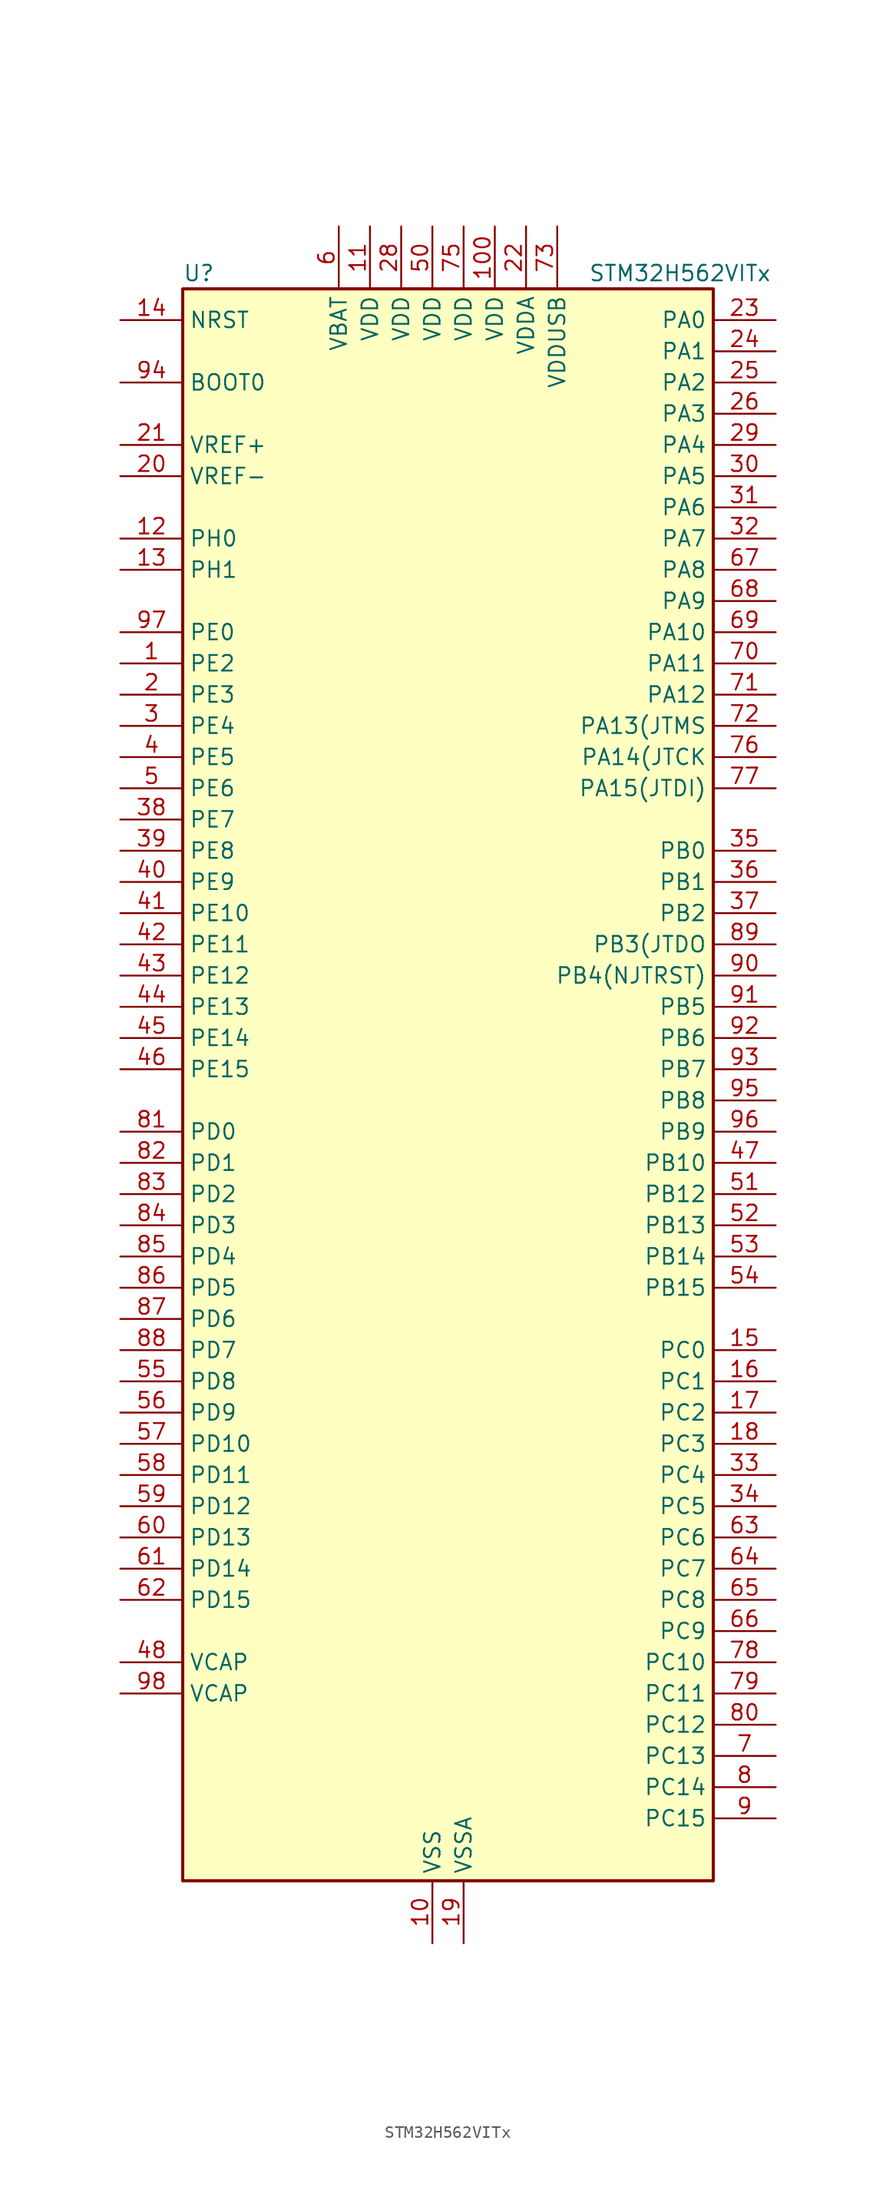
<source format=kicad_sym>
(kicad_symbol_lib
  (version 20231120)
  (generator "kicad_symbol_editor")
  (generator_version "8.0")
  (symbol "STM32H562VITx"
    (property "Reference" "U"
      (at -20.32 67.31 0)
      (effects (font (size 1.27 1.27)) (justify left)))
    (property "Value" "STM32H562VITx"
      (at 12.7 67.31 0)
      (effects (font (size 1.27 1.27)) (justify left)))
    (property "ki_locked" ""
      (at 0 0 0)
      (effects (font (size 1.27 1.27))))
    (symbol "STM32H562VITx_0_1"
      (rectangle (start -20.32 -63.5) (end 22.86 66.04) (stroke (width 0.254) (type default)) (fill (type background))))
    (symbol "STM32H562VITx_1_1"
      (pin bidirectional line (at -25.4 35.56 0) (length 5.08) (name "PE2" (effects (font (size 1.27 1.27)))) (number "1" (effects (font (size 1.27 1.27)))) (alternate "DCMI_D3" bidirectional line) (alternate "DEBUG_TRACECLK" bidirectional line) (alternate "FMC_A23" bidirectional line) (alternate "LPTIM1_IN2" bidirectional line) (alternate "OCTOSPI1_IO2" bidirectional line) (alternate "PSSI_D3" bidirectional line) (alternate "SAI1_CK1" bidirectional line) (alternate "SAI1_MCLK_A" bidirectional line) (alternate "SPI4_SCK" bidirectional line) (alternate "UART8_TX" bidirectional line) (alternate "USART10_RX" bidirectional line))
      (pin power_in line (at 0 -68.58 90) (length 5.08) (name "VSS" (effects (font (size 1.27 1.27)))) (number "10" (effects (font (size 1.27 1.27)))))
      (pin power_in line (at 5.08 71.12 270) (length 5.08) (name "VDD" (effects (font (size 1.27 1.27)))) (number "100" (effects (font (size 1.27 1.27)))))
      (pin power_in line (at -5.08 71.12 270) (length 5.08) (name "VDD" (effects (font (size 1.27 1.27)))) (number "11" (effects (font (size 1.27 1.27)))))
      (pin bidirectional line (at -25.4 45.72 0) (length 5.08) (name "PH0" (effects (font (size 1.27 1.27)))) (number "12" (effects (font (size 1.27 1.27)))) (alternate "RCC_OSC_IN" bidirectional line))
      (pin bidirectional line (at -25.4 43.18 0) (length 5.08) (name "PH1" (effects (font (size 1.27 1.27)))) (number "13" (effects (font (size 1.27 1.27)))) (alternate "RCC_OSC_OUT" bidirectional line))
      (pin input line (at -25.4 63.5 0) (length 5.08) (name "NRST" (effects (font (size 1.27 1.27)))) (number "14" (effects (font (size 1.27 1.27)))))
      (pin bidirectional line (at 27.94 -20.32 180) (length 5.08) (name "PC0" (effects (font (size 1.27 1.27)))) (number "15" (effects (font (size 1.27 1.27)))) (alternate "ADC1_INP10" bidirectional line) (alternate "ADC2_INP10" bidirectional line) (alternate "FMC_A25" bidirectional line) (alternate "FMC_SDNWE" bidirectional line) (alternate "OCTOSPI1_IO7" bidirectional line) (alternate "SAI1_MCLK_A" bidirectional line) (alternate "SAI2_FS_B" bidirectional line) (alternate "SPI2_RDY" bidirectional line) (alternate "TIM16_BKIN" bidirectional line))
      (pin bidirectional line (at 27.94 -22.86 180) (length 5.08) (name "PC1" (effects (font (size 1.27 1.27)))) (number "16" (effects (font (size 1.27 1.27)))) (alternate "ADC1_INN10" bidirectional line) (alternate "ADC1_INP11" bidirectional line) (alternate "ADC2_INN10" bidirectional line) (alternate "ADC2_INP11" bidirectional line) (alternate "DEBUG_TRACED0" bidirectional line) (alternate "I2S2_SDO" bidirectional line) (alternate "OCTOSPI1_IO4" bidirectional line) (alternate "PWR_WKUP6" bidirectional line) (alternate "SAI1_D1" bidirectional line) (alternate "SAI1_SD_A" bidirectional line) (alternate "SAI2_SD_A" bidirectional line) (alternate "SPI2_MOSI" bidirectional line) (alternate "TAMP_IN3" bidirectional line) (alternate "TAMP_OUT5" bidirectional line) (alternate "USART11_RTS" bidirectional line))
      (pin bidirectional line (at 27.94 -25.4 180) (length 5.08) (name "PC2" (effects (font (size 1.27 1.27)))) (number "17" (effects (font (size 1.27 1.27)))) (alternate "ADC1_INN11" bidirectional line) (alternate "ADC1_INP12" bidirectional line) (alternate "ADC2_INN11" bidirectional line) (alternate "ADC2_INP12" bidirectional line) (alternate "FMC_SDNE0" bidirectional line) (alternate "I2S2_SDI" bidirectional line) (alternate "OCTOSPI1_IO2" bidirectional line) (alternate "OCTOSPI1_IO5" bidirectional line) (alternate "PWR_CSLEEP" bidirectional line) (alternate "SPI2_MISO" bidirectional line) (alternate "TIM17_CH1" bidirectional line) (alternate "TIM4_CH4" bidirectional line))
      (pin bidirectional line (at 27.94 -27.94 180) (length 5.08) (name "PC3" (effects (font (size 1.27 1.27)))) (number "18" (effects (font (size 1.27 1.27)))) (alternate "ADC1_INN12" bidirectional line) (alternate "ADC1_INP13" bidirectional line) (alternate "ADC2_INN12" bidirectional line) (alternate "ADC2_INP13" bidirectional line) (alternate "FMC_SDCKE0" bidirectional line) (alternate "I2S2_SDO" bidirectional line) (alternate "LPTIM3_CH1" bidirectional line) (alternate "OCTOSPI1_IO0" bidirectional line) (alternate "OCTOSPI1_IO6" bidirectional line) (alternate "PWR_CSTOP" bidirectional line) (alternate "SAI1_D3" bidirectional line) (alternate "SPI2_MOSI" bidirectional line))
      (pin power_in line (at 2.54 -68.58 90) (length 5.08) (name "VSSA" (effects (font (size 1.27 1.27)))) (number "19" (effects (font (size 1.27 1.27)))))
      (pin bidirectional line (at -25.4 33.02 0) (length 5.08) (name "PE3" (effects (font (size 1.27 1.27)))) (number "2" (effects (font (size 1.27 1.27)))) (alternate "DEBUG_TRACED0" bidirectional line) (alternate "FMC_A19" bidirectional line) (alternate "SAI1_SD_B" bidirectional line) (alternate "TAMP_IN6" bidirectional line) (alternate "TAMP_OUT3" bidirectional line) (alternate "TIM15_BKIN" bidirectional line) (alternate "USART10_TX" bidirectional line))
      (pin input line (at -25.4 50.8 0) (length 5.08) (name "VREF-" (effects (font (size 1.27 1.27)))) (number "20" (effects (font (size 1.27 1.27)))))
      (pin input line (at -25.4 53.34 0) (length 5.08) (name "VREF+" (effects (font (size 1.27 1.27)))) (number "21" (effects (font (size 1.27 1.27)))))
      (pin power_in line (at 7.62 71.12 270) (length 5.08) (name "VDDA" (effects (font (size 1.27 1.27)))) (number "22" (effects (font (size 1.27 1.27)))))
      (pin bidirectional line (at 27.94 63.5 180) (length 5.08) (name "PA0" (effects (font (size 1.27 1.27)))) (number "23" (effects (font (size 1.27 1.27)))) (alternate "ADC1_INN1" bidirectional line) (alternate "ADC1_INP0" bidirectional line) (alternate "ADC2_INN1" bidirectional line) (alternate "ADC2_INP0" bidirectional line) (alternate "PWR_WKUP1" bidirectional line) (alternate "SAI2_SD_B" bidirectional line) (alternate "SPI3_RDY" bidirectional line) (alternate "SPI6_NSS" bidirectional line) (alternate "TAMP_IN2" bidirectional line) (alternate "TAMP_OUT1" bidirectional line) (alternate "TIM15_BKIN" bidirectional line) (alternate "TIM2_CH1" bidirectional line) (alternate "TIM2_ETR" bidirectional line) (alternate "TIM5_CH1" bidirectional line) (alternate "TIM8_ETR" bidirectional line) (alternate "UART4_TX" bidirectional line) (alternate "USART2_CTS" bidirectional line) (alternate "USART2_NSS" bidirectional line))
      (pin bidirectional line (at 27.94 60.96 180) (length 5.08) (name "PA1" (effects (font (size 1.27 1.27)))) (number "24" (effects (font (size 1.27 1.27)))) (alternate "ADC1_INP1" bidirectional line) (alternate "ADC2_INP1" bidirectional line) (alternate "LPTIM1_IN1" bidirectional line) (alternate "OCTOSPI1_DQS" bidirectional line) (alternate "OCTOSPI1_IO3" bidirectional line) (alternate "SAI2_MCLK_B" bidirectional line) (alternate "TAMP_IN5" bidirectional line) (alternate "TAMP_OUT4" bidirectional line) (alternate "TIM15_CH1N" bidirectional line) (alternate "TIM2_CH2" bidirectional line) (alternate "TIM5_CH2" bidirectional line) (alternate "UART4_RX" bidirectional line) (alternate "USART2_RTS" bidirectional line))
      (pin bidirectional line (at 27.94 58.42 180) (length 5.08) (name "PA2" (effects (font (size 1.27 1.27)))) (number "25" (effects (font (size 1.27 1.27)))) (alternate "ADC1_INP14" bidirectional line) (alternate "ADC2_INP14" bidirectional line) (alternate "LPTIM1_IN2" bidirectional line) (alternate "PWR_WKUP2" bidirectional line) (alternate "SAI2_SCK_B" bidirectional line) (alternate "TAMP_IN4" bidirectional line) (alternate "TAMP_OUT3" bidirectional line) (alternate "TIM15_CH1" bidirectional line) (alternate "TIM2_CH3" bidirectional line) (alternate "TIM5_CH3" bidirectional line) (alternate "USART2_TX" bidirectional line))
      (pin bidirectional line (at 27.94 55.88 180) (length 5.08) (name "PA3" (effects (font (size 1.27 1.27)))) (number "26" (effects (font (size 1.27 1.27)))) (alternate "ADC1_INP15" bidirectional line) (alternate "ADC2_INP15" bidirectional line) (alternate "I2S2_WS" bidirectional line) (alternate "OCTOSPI1_CLK" bidirectional line) (alternate "SAI1_SD_B" bidirectional line) (alternate "SPI2_NSS" bidirectional line) (alternate "TIM15_CH2" bidirectional line) (alternate "TIM2_CH4" bidirectional line) (alternate "TIM5_CH4" bidirectional line) (alternate "USART2_RX" bidirectional line))
      (pin passive line (at 0 -68.58 90) (length 5.08) hide (name "VSS" (effects (font (size 1.27 1.27)))) (number "27" (effects (font (size 1.27 1.27)))))
      (pin power_in line (at -2.54 71.12 270) (length 5.08) (name "VDD" (effects (font (size 1.27 1.27)))) (number "28" (effects (font (size 1.27 1.27)))))
      (pin bidirectional line (at 27.94 53.34 180) (length 5.08) (name "PA4" (effects (font (size 1.27 1.27)))) (number "29" (effects (font (size 1.27 1.27)))) (alternate "ADC1_INP18" bidirectional line) (alternate "ADC2_INP18" bidirectional line) (alternate "DAC1_OUT1" bidirectional line) (alternate "DCMI_HSYNC" bidirectional line) (alternate "I2S1_WS" bidirectional line) (alternate "I2S3_WS" bidirectional line) (alternate "LPTIM2_CH1" bidirectional line) (alternate "PSSI_DE" bidirectional line) (alternate "SPI1_NSS" bidirectional line) (alternate "SPI3_NSS" bidirectional line) (alternate "SPI6_NSS" bidirectional line) (alternate "TIM5_ETR" bidirectional line) (alternate "USART2_CK" bidirectional line))
      (pin bidirectional line (at -25.4 30.48 0) (length 5.08) (name "PE4" (effects (font (size 1.27 1.27)))) (number "3" (effects (font (size 1.27 1.27)))) (alternate "DCMI_D4" bidirectional line) (alternate "DEBUG_TRACED1" bidirectional line) (alternate "FMC_A20" bidirectional line) (alternate "PSSI_D4" bidirectional line) (alternate "SAI1_D2" bidirectional line) (alternate "SAI1_FS_A" bidirectional line) (alternate "SPI4_NSS" bidirectional line) (alternate "TAMP_IN7" bidirectional line) (alternate "TAMP_OUT8" bidirectional line) (alternate "TIM15_CH1N" bidirectional line))
      (pin bidirectional line (at 27.94 50.8 180) (length 5.08) (name "PA5" (effects (font (size 1.27 1.27)))) (number "30" (effects (font (size 1.27 1.27)))) (alternate "ADC1_INN18" bidirectional line) (alternate "ADC1_INP19" bidirectional line) (alternate "ADC2_INN18" bidirectional line) (alternate "ADC2_INP19" bidirectional line) (alternate "DAC1_OUT2" bidirectional line) (alternate "I2S1_CK" bidirectional line) (alternate "PSSI_D14" bidirectional line) (alternate "SPI1_SCK" bidirectional line) (alternate "SPI6_SCK" bidirectional line) (alternate "TIM2_CH1" bidirectional line) (alternate "TIM2_ETR" bidirectional line) (alternate "TIM8_CH1N" bidirectional line))
      (pin bidirectional line (at 27.94 48.26 180) (length 5.08) (name "PA6" (effects (font (size 1.27 1.27)))) (number "31" (effects (font (size 1.27 1.27)))) (alternate "ADC1_INP3" bidirectional line) (alternate "ADC2_INP3" bidirectional line) (alternate "DCMI_PIXCLK" bidirectional line) (alternate "I2S1_SDI" bidirectional line) (alternate "OCTOSPI1_IO3" bidirectional line) (alternate "PSSI_PDCK" bidirectional line) (alternate "SPI1_MISO" bidirectional line) (alternate "SPI6_MISO" bidirectional line) (alternate "TIM13_CH1" bidirectional line) (alternate "TIM1_BKIN" bidirectional line) (alternate "TIM3_CH1" bidirectional line) (alternate "TIM8_BKIN" bidirectional line) (alternate "USART11_TX" bidirectional line))
      (pin bidirectional line (at 27.94 45.72 180) (length 5.08) (name "PA7" (effects (font (size 1.27 1.27)))) (number "32" (effects (font (size 1.27 1.27)))) (alternate "ADC1_INN3" bidirectional line) (alternate "ADC1_INP7" bidirectional line) (alternate "ADC2_INN3" bidirectional line) (alternate "ADC2_INP7" bidirectional line) (alternate "FMC_NWE" bidirectional line) (alternate "FMC_SDNWE" bidirectional line) (alternate "I2S1_SDO" bidirectional line) (alternate "OCTOSPI1_IO2" bidirectional line) (alternate "SPI1_MOSI" bidirectional line) (alternate "SPI6_MOSI" bidirectional line) (alternate "TIM14_CH1" bidirectional line) (alternate "TIM1_CH1N" bidirectional line) (alternate "TIM3_CH2" bidirectional line) (alternate "TIM8_CH1N" bidirectional line) (alternate "USART11_RX" bidirectional line))
      (pin bidirectional line (at 27.94 -30.48 180) (length 5.08) (name "PC4" (effects (font (size 1.27 1.27)))) (number "33" (effects (font (size 1.27 1.27)))) (alternate "ADC1_INP4" bidirectional line) (alternate "ADC2_INP4" bidirectional line) (alternate "FMC_SDNE0" bidirectional line) (alternate "I2S1_MCK" bidirectional line) (alternate "LPTIM2_ETR" bidirectional line) (alternate "SAI1_CK1" bidirectional line) (alternate "TIM2_CH4" bidirectional line) (alternate "USART3_RX" bidirectional line))
      (pin bidirectional line (at 27.94 -33.02 180) (length 5.08) (name "PC5" (effects (font (size 1.27 1.27)))) (number "34" (effects (font (size 1.27 1.27)))) (alternate "ADC1_INN4" bidirectional line) (alternate "ADC1_INP8" bidirectional line) (alternate "ADC2_INN4" bidirectional line) (alternate "ADC2_INP8" bidirectional line) (alternate "FMC_SDCKE0" bidirectional line) (alternate "OCTOSPI1_DQS" bidirectional line) (alternate "PSSI_D15" bidirectional line) (alternate "SAI1_D3" bidirectional line) (alternate "SAI1_FS_A" bidirectional line) (alternate "TIM1_CH4N" bidirectional line) (alternate "UART12_RTS" bidirectional line))
      (pin bidirectional line (at 27.94 20.32 180) (length 5.08) (name "PB0" (effects (font (size 1.27 1.27)))) (number "35" (effects (font (size 1.27 1.27)))) (alternate "ADC1_INN5" bidirectional line) (alternate "ADC1_INP9" bidirectional line) (alternate "ADC2_INN5" bidirectional line) (alternate "ADC2_INP9" bidirectional line) (alternate "LPTIM3_CH1" bidirectional line) (alternate "OCTOSPI1_IO1" bidirectional line) (alternate "TIM1_CH2N" bidirectional line) (alternate "TIM3_CH3" bidirectional line) (alternate "TIM8_CH2N" bidirectional line) (alternate "UART4_CTS" bidirectional line) (alternate "USART11_CK" bidirectional line))
      (pin bidirectional line (at 27.94 17.78 180) (length 5.08) (name "PB1" (effects (font (size 1.27 1.27)))) (number "36" (effects (font (size 1.27 1.27)))) (alternate "ADC1_INP5" bidirectional line) (alternate "ADC2_INP5" bidirectional line) (alternate "LPTIM3_CH2" bidirectional line) (alternate "OCTOSPI1_IO0" bidirectional line) (alternate "TIM1_CH3N" bidirectional line) (alternate "TIM3_CH4" bidirectional line) (alternate "TIM8_CH3N" bidirectional line))
      (pin bidirectional line (at 27.94 15.24 180) (length 5.08) (name "PB2" (effects (font (size 1.27 1.27)))) (number "37" (effects (font (size 1.27 1.27)))) (alternate "I2S3_SDO" bidirectional line) (alternate "LPTIM1_CH1" bidirectional line) (alternate "LPTIM5_ETR" bidirectional line) (alternate "OCTOSPI1_CLK" bidirectional line) (alternate "OCTOSPI1_DQS" bidirectional line) (alternate "RCC_LSCO" bidirectional line) (alternate "RTC_OUT2" bidirectional line) (alternate "SAI1_D1" bidirectional line) (alternate "SAI1_SD_A" bidirectional line) (alternate "SDMMC1_CMD" bidirectional line) (alternate "SPI1_RDY" bidirectional line) (alternate "SPI3_MOSI" bidirectional line) (alternate "TIM8_CH4N" bidirectional line))
      (pin bidirectional line (at -25.4 22.86 0) (length 5.08) (name "PE7" (effects (font (size 1.27 1.27)))) (number "38" (effects (font (size 1.27 1.27)))) (alternate "FMC_D4" bidirectional line) (alternate "FMC_DA4" bidirectional line) (alternate "OCTOSPI1_IO4" bidirectional line) (alternate "TIM1_ETR" bidirectional line) (alternate "UART12_RTS" bidirectional line) (alternate "UART7_RX" bidirectional line))
      (pin bidirectional line (at -25.4 20.32 0) (length 5.08) (name "PE8" (effects (font (size 1.27 1.27)))) (number "39" (effects (font (size 1.27 1.27)))) (alternate "FMC_D5" bidirectional line) (alternate "FMC_DA5" bidirectional line) (alternate "OCTOSPI1_IO5" bidirectional line) (alternate "TIM1_CH1N" bidirectional line) (alternate "UART12_CTS" bidirectional line) (alternate "UART7_TX" bidirectional line))
      (pin bidirectional line (at -25.4 27.94 0) (length 5.08) (name "PE5" (effects (font (size 1.27 1.27)))) (number "4" (effects (font (size 1.27 1.27)))) (alternate "DCMI_D6" bidirectional line) (alternate "DEBUG_TRACED2" bidirectional line) (alternate "FMC_A21" bidirectional line) (alternate "PSSI_D6" bidirectional line) (alternate "SAI1_CK2" bidirectional line) (alternate "SAI1_SCK_A" bidirectional line) (alternate "SPI4_MISO" bidirectional line) (alternate "TAMP_IN8" bidirectional line) (alternate "TAMP_OUT7" bidirectional line) (alternate "TIM15_CH1" bidirectional line))
      (pin bidirectional line (at -25.4 17.78 0) (length 5.08) (name "PE9" (effects (font (size 1.27 1.27)))) (number "40" (effects (font (size 1.27 1.27)))) (alternate "DAC1_EXTI9" bidirectional line) (alternate "FMC_D6" bidirectional line) (alternate "FMC_DA6" bidirectional line) (alternate "OCTOSPI1_IO6" bidirectional line) (alternate "TIM1_CH1" bidirectional line) (alternate "UART12_RX" bidirectional line) (alternate "UART7_RTS" bidirectional line))
      (pin bidirectional line (at -25.4 15.24 0) (length 5.08) (name "PE10" (effects (font (size 1.27 1.27)))) (number "41" (effects (font (size 1.27 1.27)))) (alternate "FMC_D7" bidirectional line) (alternate "FMC_DA7" bidirectional line) (alternate "OCTOSPI1_IO7" bidirectional line) (alternate "TIM1_CH2N" bidirectional line) (alternate "UART12_TX" bidirectional line) (alternate "UART7_CTS" bidirectional line))
      (pin bidirectional line (at -25.4 12.7 0) (length 5.08) (name "PE11" (effects (font (size 1.27 1.27)))) (number "42" (effects (font (size 1.27 1.27)))) (alternate "ADC1_EXTI11" bidirectional line) (alternate "ADC2_EXTI11" bidirectional line) (alternate "FMC_D8" bidirectional line) (alternate "FMC_DA8" bidirectional line) (alternate "OCTOSPI1_NCS" bidirectional line) (alternate "SAI2_SD_B" bidirectional line) (alternate "SPI1_RDY" bidirectional line) (alternate "SPI4_NSS" bidirectional line) (alternate "TIM1_CH2" bidirectional line))
      (pin bidirectional line (at -25.4 10.16 0) (length 5.08) (name "PE12" (effects (font (size 1.27 1.27)))) (number "43" (effects (font (size 1.27 1.27)))) (alternate "FMC_D9" bidirectional line) (alternate "FMC_DA9" bidirectional line) (alternate "SAI2_SCK_B" bidirectional line) (alternate "SPI4_SCK" bidirectional line) (alternate "TIM1_CH3N" bidirectional line))
      (pin bidirectional line (at -25.4 7.62 0) (length 5.08) (name "PE13" (effects (font (size 1.27 1.27)))) (number "44" (effects (font (size 1.27 1.27)))) (alternate "FMC_D10" bidirectional line) (alternate "FMC_DA10" bidirectional line) (alternate "SAI2_FS_B" bidirectional line) (alternate "SPI4_MISO" bidirectional line) (alternate "TIM1_CH3" bidirectional line))
      (pin bidirectional line (at -25.4 5.08 0) (length 5.08) (name "PE14" (effects (font (size 1.27 1.27)))) (number "45" (effects (font (size 1.27 1.27)))) (alternate "FMC_D11" bidirectional line) (alternate "FMC_DA11" bidirectional line) (alternate "SAI2_MCLK_B" bidirectional line) (alternate "SPI4_MOSI" bidirectional line) (alternate "TIM1_CH4" bidirectional line))
      (pin bidirectional line (at -25.4 2.54 0) (length 5.08) (name "PE15" (effects (font (size 1.27 1.27)))) (number "46" (effects (font (size 1.27 1.27)))) (alternate "ADC1_EXTI15" bidirectional line) (alternate "ADC2_EXTI15" bidirectional line) (alternate "FMC_D12" bidirectional line) (alternate "FMC_DA12" bidirectional line) (alternate "TIM1_BKIN" bidirectional line) (alternate "TIM1_CH4N" bidirectional line) (alternate "USART10_CK" bidirectional line))
      (pin bidirectional line (at 27.94 -5.08 180) (length 5.08) (name "PB10" (effects (font (size 1.27 1.27)))) (number "47" (effects (font (size 1.27 1.27)))) (alternate "I2C2_SCL" bidirectional line) (alternate "I2S2_CK" bidirectional line) (alternate "LPTIM2_IN1" bidirectional line) (alternate "LPTIM3_CH1" bidirectional line) (alternate "OCTOSPI1_NCS" bidirectional line) (alternate "SPI2_SCK" bidirectional line) (alternate "TIM2_CH3" bidirectional line) (alternate "USART3_TX" bidirectional line))
      (pin power_out line (at -25.4 -45.72 0) (length 5.08) (name "VCAP" (effects (font (size 1.27 1.27)))) (number "48" (effects (font (size 1.27 1.27)))))
      (pin passive line (at 0 -68.58 90) (length 5.08) hide (name "VSS" (effects (font (size 1.27 1.27)))) (number "49" (effects (font (size 1.27 1.27)))))
      (pin bidirectional line (at -25.4 25.4 0) (length 5.08) (name "PE6" (effects (font (size 1.27 1.27)))) (number "5" (effects (font (size 1.27 1.27)))) (alternate "DCMI_D7" bidirectional line) (alternate "DEBUG_TRACED3" bidirectional line) (alternate "FMC_A22" bidirectional line) (alternate "PSSI_D7" bidirectional line) (alternate "SAI1_D1" bidirectional line) (alternate "SAI1_SD_A" bidirectional line) (alternate "SAI2_MCLK_B" bidirectional line) (alternate "SPI4_MOSI" bidirectional line) (alternate "TAMP_IN3" bidirectional line) (alternate "TAMP_OUT6" bidirectional line) (alternate "TIM15_CH2" bidirectional line) (alternate "TIM1_BKIN2" bidirectional line))
      (pin power_in line (at 0 71.12 270) (length 5.08) (name "VDD" (effects (font (size 1.27 1.27)))) (number "50" (effects (font (size 1.27 1.27)))))
      (pin bidirectional line (at 27.94 -7.62 180) (length 5.08) (name "PB12" (effects (font (size 1.27 1.27)))) (number "51" (effects (font (size 1.27 1.27)))) (alternate "I2C2_SDA" bidirectional line) (alternate "I2S2_WS" bidirectional line) (alternate "OCTOSPI1_NCLK" bidirectional line) (alternate "SPI2_NSS" bidirectional line) (alternate "TIM1_BKIN" bidirectional line) (alternate "UART5_RX" bidirectional line) (alternate "UCPD1_FRSTX" bidirectional line) (alternate "USART3_CK" bidirectional line))
      (pin bidirectional line (at 27.94 -10.16 180) (length 5.08) (name "PB13" (effects (font (size 1.27 1.27)))) (number "52" (effects (font (size 1.27 1.27)))) (alternate "I2C2_SMBA" bidirectional line) (alternate "I2S2_CK" bidirectional line) (alternate "LPTIM2_CH1" bidirectional line) (alternate "LPTIM3_IN1" bidirectional line) (alternate "SDMMC1_D0" bidirectional line) (alternate "SPI2_SCK" bidirectional line) (alternate "TIM1_CH1N" bidirectional line) (alternate "UART5_TX" bidirectional line) (alternate "UCPD1_CC1" bidirectional line) (alternate "USART3_CTS" bidirectional line) (alternate "USART3_NSS" bidirectional line))
      (pin bidirectional line (at 27.94 -12.7 180) (length 5.08) (name "PB14" (effects (font (size 1.27 1.27)))) (number "53" (effects (font (size 1.27 1.27)))) (alternate "I2S2_SDI" bidirectional line) (alternate "LPTIM3_ETR" bidirectional line) (alternate "SPI2_MISO" bidirectional line) (alternate "TIM12_CH1" bidirectional line) (alternate "TIM1_CH2N" bidirectional line) (alternate "TIM8_CH2N" bidirectional line) (alternate "UART4_DE" bidirectional line) (alternate "UART4_RTS" bidirectional line) (alternate "UCPD1_CC2" bidirectional line) (alternate "USART1_TX" bidirectional line) (alternate "USART3_RTS" bidirectional line))
      (pin bidirectional line (at 27.94 -15.24 180) (length 5.08) (name "PB15" (effects (font (size 1.27 1.27)))) (number "54" (effects (font (size 1.27 1.27)))) (alternate "ADC1_EXTI15" bidirectional line) (alternate "ADC2_EXTI15" bidirectional line) (alternate "DCMI_D2" bidirectional line) (alternate "I2S2_SDO" bidirectional line) (alternate "OCTOSPI1_CLK" bidirectional line) (alternate "PSSI_D2" bidirectional line) (alternate "PWR_PVD_IN" bidirectional line) (alternate "RTC_REFIN" bidirectional line) (alternate "SPI2_MOSI" bidirectional line) (alternate "TIM12_CH2" bidirectional line) (alternate "TIM1_CH3N" bidirectional line) (alternate "TIM8_CH3N" bidirectional line) (alternate "UART4_CTS" bidirectional line) (alternate "UART5_RX" bidirectional line) (alternate "USART11_CTS" bidirectional line) (alternate "USART11_NSS" bidirectional line) (alternate "USART1_RX" bidirectional line))
      (pin bidirectional line (at -25.4 -22.86 0) (length 5.08) (name "PD8" (effects (font (size 1.27 1.27)))) (number "55" (effects (font (size 1.27 1.27)))) (alternate "FMC_D13" bidirectional line) (alternate "FMC_DA13" bidirectional line) (alternate "USART3_TX" bidirectional line))
      (pin bidirectional line (at -25.4 -25.4 0) (length 5.08) (name "PD9" (effects (font (size 1.27 1.27)))) (number "56" (effects (font (size 1.27 1.27)))) (alternate "DAC1_EXTI9" bidirectional line) (alternate "FMC_D14" bidirectional line) (alternate "FMC_DA14" bidirectional line) (alternate "USART3_RX" bidirectional line))
      (pin bidirectional line (at -25.4 -27.94 0) (length 5.08) (name "PD10" (effects (font (size 1.27 1.27)))) (number "57" (effects (font (size 1.27 1.27)))) (alternate "FMC_D15" bidirectional line) (alternate "FMC_DA15" bidirectional line) (alternate "LPTIM2_CH2" bidirectional line) (alternate "USART3_CK" bidirectional line))
      (pin bidirectional line (at -25.4 -30.48 0) (length 5.08) (name "PD11" (effects (font (size 1.27 1.27)))) (number "58" (effects (font (size 1.27 1.27)))) (alternate "ADC1_EXTI11" bidirectional line) (alternate "ADC2_EXTI11" bidirectional line) (alternate "FMC_A16" bidirectional line) (alternate "FMC_CLE" bidirectional line) (alternate "I2C4_SMBA" bidirectional line) (alternate "LPTIM2_IN2" bidirectional line) (alternate "OCTOSPI1_IO0" bidirectional line) (alternate "SAI1_CK1" bidirectional line) (alternate "SAI2_SD_A" bidirectional line) (alternate "UART4_RX" bidirectional line) (alternate "USART3_CTS" bidirectional line) (alternate "USART3_NSS" bidirectional line))
      (pin bidirectional line (at -25.4 -33.02 0) (length 5.08) (name "PD12" (effects (font (size 1.27 1.27)))) (number "59" (effects (font (size 1.27 1.27)))) (alternate "DCMI_D12" bidirectional line) (alternate "FMC_A17" bidirectional line) (alternate "FMC_ALE" bidirectional line) (alternate "I2C4_SCL" bidirectional line) (alternate "I3C1_SCL" bidirectional line) (alternate "LPTIM1_IN1" bidirectional line) (alternate "LPTIM2_IN1" bidirectional line) (alternate "OCTOSPI1_IO1" bidirectional line) (alternate "PSSI_D12" bidirectional line) (alternate "SAI1_D1" bidirectional line) (alternate "SAI2_FS_A" bidirectional line) (alternate "TIM4_CH1" bidirectional line) (alternate "UART4_TX" bidirectional line) (alternate "USART3_RTS" bidirectional line))
      (pin power_in line (at -7.62 71.12 270) (length 5.08) (name "VBAT" (effects (font (size 1.27 1.27)))) (number "6" (effects (font (size 1.27 1.27)))))
      (pin bidirectional line (at -25.4 -35.56 0) (length 5.08) (name "PD13" (effects (font (size 1.27 1.27)))) (number "60" (effects (font (size 1.27 1.27)))) (alternate "DCMI_D13" bidirectional line) (alternate "FMC_A18" bidirectional line) (alternate "I2C4_SDA" bidirectional line) (alternate "I3C1_SDA" bidirectional line) (alternate "LPTIM1_CH1" bidirectional line) (alternate "LPTIM2_CH1" bidirectional line) (alternate "LPTIM4_IN1" bidirectional line) (alternate "OCTOSPI1_IO3" bidirectional line) (alternate "PSSI_D13" bidirectional line) (alternate "SAI2_SCK_A" bidirectional line) (alternate "TIM4_CH2" bidirectional line) (alternate "UART9_RTS" bidirectional line))
      (pin bidirectional line (at -25.4 -38.1 0) (length 5.08) (name "PD14" (effects (font (size 1.27 1.27)))) (number "61" (effects (font (size 1.27 1.27)))) (alternate "FMC_D0" bidirectional line) (alternate "FMC_DA0" bidirectional line) (alternate "TIM4_CH3" bidirectional line) (alternate "UART8_CTS" bidirectional line) (alternate "UART9_RX" bidirectional line))
      (pin bidirectional line (at -25.4 -40.64 0) (length 5.08) (name "PD15" (effects (font (size 1.27 1.27)))) (number "62" (effects (font (size 1.27 1.27)))) (alternate "ADC1_EXTI15" bidirectional line) (alternate "ADC2_EXTI15" bidirectional line) (alternate "FMC_D1" bidirectional line) (alternate "FMC_DA1" bidirectional line) (alternate "TIM4_CH4" bidirectional line) (alternate "UART8_RTS" bidirectional line) (alternate "UART9_TX" bidirectional line))
      (pin bidirectional line (at 27.94 -35.56 180) (length 5.08) (name "PC6" (effects (font (size 1.27 1.27)))) (number "63" (effects (font (size 1.27 1.27)))) (alternate "DCMI_D0" bidirectional line) (alternate "FMC_NWAIT" bidirectional line) (alternate "I2S2_MCK" bidirectional line) (alternate "OCTOSPI1_IO5" bidirectional line) (alternate "PSSI_D0" bidirectional line) (alternate "SAI1_SCK_A" bidirectional line) (alternate "SDMMC1_D0DIR" bidirectional line) (alternate "SDMMC1_D6" bidirectional line) (alternate "TIM3_CH1" bidirectional line) (alternate "TIM8_CH1" bidirectional line) (alternate "USART6_TX" bidirectional line))
      (pin bidirectional line (at 27.94 -38.1 180) (length 5.08) (name "PC7" (effects (font (size 1.27 1.27)))) (number "64" (effects (font (size 1.27 1.27)))) (alternate "DCMI_D1" bidirectional line) (alternate "DEBUG_TRGIO" bidirectional line) (alternate "FMC_NE1" bidirectional line) (alternate "I2S3_MCK" bidirectional line) (alternate "OCTOSPI1_IO6" bidirectional line) (alternate "PSSI_D1" bidirectional line) (alternate "SDMMC1_D123DIR" bidirectional line) (alternate "SDMMC1_D7" bidirectional line) (alternate "TIM3_CH2" bidirectional line) (alternate "TIM8_CH2" bidirectional line) (alternate "USART6_RX" bidirectional line))
      (pin bidirectional line (at 27.94 -40.64 180) (length 5.08) (name "PC8" (effects (font (size 1.27 1.27)))) (number "65" (effects (font (size 1.27 1.27)))) (alternate "DCMI_D2" bidirectional line) (alternate "DEBUG_TRACED1" bidirectional line) (alternate "FMC_ALE" bidirectional line) (alternate "FMC_INT" bidirectional line) (alternate "FMC_NCE" bidirectional line) (alternate "FMC_NE2" bidirectional line) (alternate "PSSI_D2" bidirectional line) (alternate "SDMMC1_D0" bidirectional line) (alternate "TIM3_CH3" bidirectional line) (alternate "TIM8_CH3" bidirectional line) (alternate "UART5_DE" bidirectional line) (alternate "UART5_RTS" bidirectional line) (alternate "USART6_CK" bidirectional line))
      (pin bidirectional line (at 27.94 -43.18 180) (length 5.08) (name "PC9" (effects (font (size 1.27 1.27)))) (number "66" (effects (font (size 1.27 1.27)))) (alternate "AUDIOCLK" bidirectional line) (alternate "DAC1_EXTI9" bidirectional line) (alternate "DCMI_D3" bidirectional line) (alternate "FMC_CLE" bidirectional line) (alternate "I2C3_SDA" bidirectional line) (alternate "OCTOSPI1_IO0" bidirectional line) (alternate "PSSI_D3" bidirectional line) (alternate "RCC_MCO_2" bidirectional line) (alternate "SDMMC1_D1" bidirectional line) (alternate "TIM3_CH4" bidirectional line) (alternate "TIM8_CH4" bidirectional line) (alternate "UART5_CTS" bidirectional line) (alternate "UCPD1_DB2" bidirectional line))
      (pin bidirectional line (at 27.94 43.18 180) (length 5.08) (name "PA8" (effects (font (size 1.27 1.27)))) (number "67" (effects (font (size 1.27 1.27)))) (alternate "DCMI_D3" bidirectional line) (alternate "FMC_NOE" bidirectional line) (alternate "I2C3_SCL" bidirectional line) (alternate "PSSI_D3" bidirectional line) (alternate "RCC_MCO_1" bidirectional line) (alternate "SPI1_RDY" bidirectional line) (alternate "TIM1_CH1" bidirectional line) (alternate "TIM8_BKIN2" bidirectional line) (alternate "UART7_RX" bidirectional line) (alternate "USART1_CK" bidirectional line) (alternate "USB_SOF" bidirectional line))
      (pin bidirectional line (at 27.94 40.64 180) (length 5.08) (name "PA9" (effects (font (size 1.27 1.27)))) (number "68" (effects (font (size 1.27 1.27)))) (alternate "DAC1_EXTI9" bidirectional line) (alternate "DCMI_D0" bidirectional line) (alternate "FMC_NWE" bidirectional line) (alternate "I2C3_SMBA" bidirectional line) (alternate "I2S2_CK" bidirectional line) (alternate "LPUART1_TX" bidirectional line) (alternate "PSSI_D0" bidirectional line) (alternate "SPI2_SCK" bidirectional line) (alternate "TIM1_CH2" bidirectional line) (alternate "UCPD1_DB1" bidirectional line) (alternate "USART1_TX" bidirectional line))
      (pin bidirectional line (at 27.94 38.1 180) (length 5.08) (name "PA10" (effects (font (size 1.27 1.27)))) (number "69" (effects (font (size 1.27 1.27)))) (alternate "DCMI_D1" bidirectional line) (alternate "LPTIM2_IN2" bidirectional line) (alternate "LPUART1_RX" bidirectional line) (alternate "PSSI_D1" bidirectional line) (alternate "SDMMC1_D0" bidirectional line) (alternate "TIM1_CH3" bidirectional line) (alternate "UCPD1_FRSTX" bidirectional line) (alternate "USART1_RX" bidirectional line))
      (pin bidirectional line (at 27.94 -53.34 180) (length 5.08) (name "PC13" (effects (font (size 1.27 1.27)))) (number "7" (effects (font (size 1.27 1.27)))) (alternate "PWR_WKUP4" bidirectional line) (alternate "RTC_OUT1" bidirectional line) (alternate "RTC_TS" bidirectional line) (alternate "TAMP_IN1" bidirectional line) (alternate "TAMP_OUT2" bidirectional line) (alternate "TAMP_OUT3" bidirectional line))
      (pin bidirectional line (at 27.94 35.56 180) (length 5.08) (name "PA11" (effects (font (size 1.27 1.27)))) (number "70" (effects (font (size 1.27 1.27)))) (alternate "ADC1_EXTI11" bidirectional line) (alternate "ADC2_EXTI11" bidirectional line) (alternate "FDCAN1_RX" bidirectional line) (alternate "I2S2_WS" bidirectional line) (alternate "LPUART1_CTS" bidirectional line) (alternate "SPI2_NSS" bidirectional line) (alternate "TIM1_CH4" bidirectional line) (alternate "UART4_RX" bidirectional line) (alternate "USART1_CTS" bidirectional line) (alternate "USART1_NSS" bidirectional line) (alternate "USB_DM" bidirectional line))
      (pin bidirectional line (at 27.94 33.02 180) (length 5.08) (name "PA12" (effects (font (size 1.27 1.27)))) (number "71" (effects (font (size 1.27 1.27)))) (alternate "FDCAN1_TX" bidirectional line) (alternate "I2S2_CK" bidirectional line) (alternate "LPUART1_RTS" bidirectional line) (alternate "SAI2_FS_B" bidirectional line) (alternate "SPI2_SCK" bidirectional line) (alternate "TIM1_ETR" bidirectional line) (alternate "UART4_TX" bidirectional line) (alternate "USART1_RTS" bidirectional line) (alternate "USB_DP" bidirectional line))
      (pin bidirectional line (at 27.94 30.48 180) (length 5.08) (name "PA13(JTMS" (effects (font (size 1.27 1.27)))) (number "72" (effects (font (size 1.27 1.27)))) (alternate "DEBUG_JTMS-SWDIO" bidirectional line))
      (pin power_in line (at 10.16 71.12 270) (length 5.08) (name "VDDUSB" (effects (font (size 1.27 1.27)))) (number "73" (effects (font (size 1.27 1.27)))))
      (pin passive line (at 0 -68.58 90) (length 5.08) hide (name "VSS" (effects (font (size 1.27 1.27)))) (number "74" (effects (font (size 1.27 1.27)))))
      (pin power_in line (at 2.54 71.12 270) (length 5.08) (name "VDD" (effects (font (size 1.27 1.27)))) (number "75" (effects (font (size 1.27 1.27)))))
      (pin bidirectional line (at 27.94 27.94 180) (length 5.08) (name "PA14(JTCK" (effects (font (size 1.27 1.27)))) (number "76" (effects (font (size 1.27 1.27)))) (alternate "DEBUG_JTCK-SWCLK" bidirectional line))
      (pin bidirectional line (at 27.94 25.4 180) (length 5.08) (name "PA15(JTDI)" (effects (font (size 1.27 1.27)))) (number "77" (effects (font (size 1.27 1.27)))) (alternate "ADC1_EXTI15" bidirectional line) (alternate "ADC2_EXTI15" bidirectional line) (alternate "CEC" bidirectional line) (alternate "DCMI_D11" bidirectional line) (alternate "DEBUG_JTDI" bidirectional line) (alternate "FMC_NBL1" bidirectional line) (alternate "I2S1_WS" bidirectional line) (alternate "I2S3_WS" bidirectional line) (alternate "LPTIM3_IN2" bidirectional line) (alternate "PSSI_D11" bidirectional line) (alternate "SPI1_NSS" bidirectional line) (alternate "SPI3_NSS" bidirectional line) (alternate "SPI6_NSS" bidirectional line) (alternate "TIM2_CH1" bidirectional line) (alternate "TIM2_ETR" bidirectional line) (alternate "UART4_DE" bidirectional line) (alternate "UART4_RTS" bidirectional line) (alternate "UART7_TX" bidirectional line))
      (pin bidirectional line (at 27.94 -45.72 180) (length 5.08) (name "PC10" (effects (font (size 1.27 1.27)))) (number "78" (effects (font (size 1.27 1.27)))) (alternate "DCMI_D8" bidirectional line) (alternate "I2S3_CK" bidirectional line) (alternate "LPTIM3_ETR" bidirectional line) (alternate "OCTOSPI1_IO1" bidirectional line) (alternate "PSSI_D8" bidirectional line) (alternate "SDMMC1_D2" bidirectional line) (alternate "SPI3_SCK" bidirectional line) (alternate "UART4_TX" bidirectional line) (alternate "USART3_TX" bidirectional line))
      (pin bidirectional line (at 27.94 -48.26 180) (length 5.08) (name "PC11" (effects (font (size 1.27 1.27)))) (number "79" (effects (font (size 1.27 1.27)))) (alternate "ADC1_EXTI11" bidirectional line) (alternate "ADC2_EXTI11" bidirectional line) (alternate "DCMI_D4" bidirectional line) (alternate "I2S3_SDI" bidirectional line) (alternate "LPTIM3_IN1" bidirectional line) (alternate "OCTOSPI1_NCS" bidirectional line) (alternate "PSSI_D4" bidirectional line) (alternate "SDMMC1_D3" bidirectional line) (alternate "SPI3_MISO" bidirectional line) (alternate "UART4_RX" bidirectional line) (alternate "USART3_RX" bidirectional line))
      (pin bidirectional line (at 27.94 -55.88 180) (length 5.08) (name "PC14" (effects (font (size 1.27 1.27)))) (number "8" (effects (font (size 1.27 1.27)))) (alternate "RCC_OSC32_IN" bidirectional line))
      (pin bidirectional line (at 27.94 -50.8 180) (length 5.08) (name "PC12" (effects (font (size 1.27 1.27)))) (number "80" (effects (font (size 1.27 1.27)))) (alternate "DCMI_D9" bidirectional line) (alternate "DEBUG_TRACED3" bidirectional line) (alternate "I2S3_SDO" bidirectional line) (alternate "PSSI_D9" bidirectional line) (alternate "SDMMC1_CK" bidirectional line) (alternate "SPI3_MOSI" bidirectional line) (alternate "SPI6_SCK" bidirectional line) (alternate "TIM15_CH1" bidirectional line) (alternate "UART5_TX" bidirectional line) (alternate "USART3_CK" bidirectional line))
      (pin bidirectional line (at -25.4 -2.54 0) (length 5.08) (name "PD0" (effects (font (size 1.27 1.27)))) (number "81" (effects (font (size 1.27 1.27)))) (alternate "FDCAN1_RX" bidirectional line) (alternate "FMC_D2" bidirectional line) (alternate "FMC_DA2" bidirectional line) (alternate "TIM8_CH4N" bidirectional line) (alternate "UART4_RX" bidirectional line) (alternate "UART9_CTS" bidirectional line))
      (pin bidirectional line (at -25.4 -5.08 0) (length 5.08) (name "PD1" (effects (font (size 1.27 1.27)))) (number "82" (effects (font (size 1.27 1.27)))) (alternate "FDCAN1_TX" bidirectional line) (alternate "FMC_D3" bidirectional line) (alternate "FMC_DA3" bidirectional line) (alternate "UART4_TX" bidirectional line))
      (pin bidirectional line (at -25.4 -7.62 0) (length 5.08) (name "PD2" (effects (font (size 1.27 1.27)))) (number "83" (effects (font (size 1.27 1.27)))) (alternate "DCMI_D11" bidirectional line) (alternate "DEBUG_TRACED2" bidirectional line) (alternate "LPTIM4_ETR" bidirectional line) (alternate "PSSI_D11" bidirectional line) (alternate "PWR_WKUP7" bidirectional line) (alternate "SDMMC1_CMD" bidirectional line) (alternate "TIM15_BKIN" bidirectional line) (alternate "TIM3_ETR" bidirectional line) (alternate "UART5_RX" bidirectional line))
      (pin bidirectional line (at -25.4 -10.16 0) (length 5.08) (name "PD3" (effects (font (size 1.27 1.27)))) (number "84" (effects (font (size 1.27 1.27)))) (alternate "DCMI_D5" bidirectional line) (alternate "FMC_CLK" bidirectional line) (alternate "I2S2_CK" bidirectional line) (alternate "PSSI_D5" bidirectional line) (alternate "PWR_WKUP8" bidirectional line) (alternate "SPI2_SCK" bidirectional line) (alternate "USART2_CTS" bidirectional line) (alternate "USART2_NSS" bidirectional line))
      (pin bidirectional line (at -25.4 -12.7 0) (length 5.08) (name "PD4" (effects (font (size 1.27 1.27)))) (number "85" (effects (font (size 1.27 1.27)))) (alternate "FMC_NOE" bidirectional line) (alternate "OCTOSPI1_IO4" bidirectional line) (alternate "USART2_RTS" bidirectional line))
      (pin bidirectional line (at -25.4 -15.24 0) (length 5.08) (name "PD5" (effects (font (size 1.27 1.27)))) (number "86" (effects (font (size 1.27 1.27)))) (alternate "FDCAN1_TX" bidirectional line) (alternate "FMC_NWE" bidirectional line) (alternate "OCTOSPI1_IO5" bidirectional line) (alternate "SPI2_RDY" bidirectional line) (alternate "TIM1_CH4N" bidirectional line) (alternate "USART2_TX" bidirectional line))
      (pin bidirectional line (at -25.4 -17.78 0) (length 5.08) (name "PD6" (effects (font (size 1.27 1.27)))) (number "87" (effects (font (size 1.27 1.27)))) (alternate "DCMI_D10" bidirectional line) (alternate "FMC_NWAIT" bidirectional line) (alternate "I2S3_SDO" bidirectional line) (alternate "OCTOSPI1_IO6" bidirectional line) (alternate "PSSI_D10" bidirectional line) (alternate "SAI1_D1" bidirectional line) (alternate "SAI1_SD_A" bidirectional line) (alternate "SPI3_MOSI" bidirectional line) (alternate "USART2_RX" bidirectional line))
      (pin bidirectional line (at -25.4 -20.32 0) (length 5.08) (name "PD7" (effects (font (size 1.27 1.27)))) (number "88" (effects (font (size 1.27 1.27)))) (alternate "FMC_NCE" bidirectional line) (alternate "FMC_NE1" bidirectional line) (alternate "I2S1_SDO" bidirectional line) (alternate "LPTIM4_OUT" bidirectional line) (alternate "OCTOSPI1_IO7" bidirectional line) (alternate "SPI1_MOSI" bidirectional line) (alternate "USART2_CK" bidirectional line))
      (pin bidirectional line (at 27.94 12.7 180) (length 5.08) (name "PB3(JTDO" (effects (font (size 1.27 1.27)))) (number "89" (effects (font (size 1.27 1.27)))) (alternate "CRS_SYNC" bidirectional line) (alternate "DEBUG_JTDO-SWO" bidirectional line) (alternate "I2C2_SDA" bidirectional line) (alternate "I2S1_CK" bidirectional line) (alternate "I2S3_CK" bidirectional line) (alternate "LPTIM6_ETR" bidirectional line) (alternate "SPI1_SCK" bidirectional line) (alternate "SPI3_SCK" bidirectional line) (alternate "SPI6_SCK" bidirectional line) (alternate "TIM2_CH2" bidirectional line) (alternate "UART12_CTS" bidirectional line) (alternate "UART7_RX" bidirectional line))
      (pin bidirectional line (at 27.94 -58.42 180) (length 5.08) (name "PC15" (effects (font (size 1.27 1.27)))) (number "9" (effects (font (size 1.27 1.27)))) (alternate "ADC1_EXTI15" bidirectional line) (alternate "ADC2_EXTI15" bidirectional line) (alternate "RCC_OSC32_OUT" bidirectional line))
      (pin bidirectional line (at 27.94 10.16 180) (length 5.08) (name "PB4(NJTRST)" (effects (font (size 1.27 1.27)))) (number "90" (effects (font (size 1.27 1.27)))) (alternate "DCMI_D7" bidirectional line) (alternate "DEBUG_JTRST" bidirectional line) (alternate "I2S1_SDI" bidirectional line) (alternate "I2S2_WS" bidirectional line) (alternate "I2S3_SDI" bidirectional line) (alternate "LPTIM1_CH2" bidirectional line) (alternate "OCTOSPI1_CLK" bidirectional line) (alternate "PSSI_D7" bidirectional line) (alternate "SPI1_MISO" bidirectional line) (alternate "SPI2_NSS" bidirectional line) (alternate "SPI3_MISO" bidirectional line) (alternate "SPI6_MISO" bidirectional line) (alternate "TIM16_BKIN" bidirectional line) (alternate "TIM3_CH1" bidirectional line) (alternate "UART7_TX" bidirectional line))
      (pin bidirectional line (at 27.94 7.62 180) (length 5.08) (name "PB5" (effects (font (size 1.27 1.27)))) (number "91" (effects (font (size 1.27 1.27)))) (alternate "DCMI_D10" bidirectional line) (alternate "FMC_SDCKE1" bidirectional line) (alternate "I2C1_SMBA" bidirectional line) (alternate "I2C4_SMBA" bidirectional line) (alternate "I2S1_SDO" bidirectional line) (alternate "I2S3_SDO" bidirectional line) (alternate "OCTOSPI1_NCLK" bidirectional line) (alternate "PSSI_D10" bidirectional line) (alternate "SPI1_MOSI" bidirectional line) (alternate "SPI3_MOSI" bidirectional line) (alternate "SPI6_MOSI" bidirectional line) (alternate "TIM17_BKIN" bidirectional line) (alternate "TIM3_CH2" bidirectional line) (alternate "UART5_RX" bidirectional line))
      (pin bidirectional line (at 27.94 5.08 180) (length 5.08) (name "PB6" (effects (font (size 1.27 1.27)))) (number "92" (effects (font (size 1.27 1.27)))) (alternate "CEC" bidirectional line) (alternate "DCMI_D5" bidirectional line) (alternate "FMC_SDNE1" bidirectional line) (alternate "I2C1_SCL" bidirectional line) (alternate "I2C4_SCL" bidirectional line) (alternate "I3C1_SCL" bidirectional line) (alternate "LPUART1_TX" bidirectional line) (alternate "OCTOSPI1_NCS" bidirectional line) (alternate "PSSI_D5" bidirectional line) (alternate "TIM16_CH1N" bidirectional line) (alternate "TIM4_CH1" bidirectional line) (alternate "UART5_TX" bidirectional line) (alternate "USART1_TX" bidirectional line))
      (pin bidirectional line (at 27.94 2.54 180) (length 5.08) (name "PB7" (effects (font (size 1.27 1.27)))) (number "93" (effects (font (size 1.27 1.27)))) (alternate "DCMI_VSYNC" bidirectional line) (alternate "FDCAN1_TX" bidirectional line) (alternate "FMC_NL" bidirectional line) (alternate "I2C1_SDA" bidirectional line) (alternate "I2C4_SDA" bidirectional line) (alternate "I3C1_SDA" bidirectional line) (alternate "LPUART1_RX" bidirectional line) (alternate "PSSI_RDY" bidirectional line) (alternate "PWR_WKUP5" bidirectional line) (alternate "TIM17_CH1N" bidirectional line) (alternate "TIM4_CH2" bidirectional line) (alternate "USART1_RX" bidirectional line))
      (pin input line (at -25.4 58.42 0) (length 5.08) (name "BOOT0" (effects (font (size 1.27 1.27)))) (number "94" (effects (font (size 1.27 1.27)))))
      (pin bidirectional line (at 27.94 0 180) (length 5.08) (name "PB8" (effects (font (size 1.27 1.27)))) (number "95" (effects (font (size 1.27 1.27)))) (alternate "DCMI_D6" bidirectional line) (alternate "FDCAN1_RX" bidirectional line) (alternate "I2C1_SCL" bidirectional line) (alternate "I2C4_SCL" bidirectional line) (alternate "I3C1_SCL" bidirectional line) (alternate "PSSI_D6" bidirectional line) (alternate "SDMMC1_CKIN" bidirectional line) (alternate "SDMMC1_D4" bidirectional line) (alternate "SPI4_RDY" bidirectional line) (alternate "TIM16_CH1" bidirectional line) (alternate "TIM4_CH3" bidirectional line) (alternate "UART4_RX" bidirectional line))
      (pin bidirectional line (at 27.94 -2.54 180) (length 5.08) (name "PB9" (effects (font (size 1.27 1.27)))) (number "96" (effects (font (size 1.27 1.27)))) (alternate "DAC1_EXTI9" bidirectional line) (alternate "DCMI_D7" bidirectional line) (alternate "FDCAN1_TX" bidirectional line) (alternate "I2C1_SDA" bidirectional line) (alternate "I2C4_SDA" bidirectional line) (alternate "I2S2_WS" bidirectional line) (alternate "I3C1_SDA" bidirectional line) (alternate "PSSI_D7" bidirectional line) (alternate "SDMMC1_CDIR" bidirectional line) (alternate "SDMMC1_D5" bidirectional line) (alternate "SPI2_NSS" bidirectional line) (alternate "TIM17_CH1" bidirectional line) (alternate "TIM4_CH4" bidirectional line) (alternate "UART4_TX" bidirectional line))
      (pin bidirectional line (at -25.4 38.1 0) (length 5.08) (name "PE0" (effects (font (size 1.27 1.27)))) (number "97" (effects (font (size 1.27 1.27)))) (alternate "DCMI_D2" bidirectional line) (alternate "FDCAN1_RX" bidirectional line) (alternate "FMC_NBL0" bidirectional line) (alternate "LPTIM1_ETR" bidirectional line) (alternate "LPTIM2_CH2" bidirectional line) (alternate "LPTIM2_ETR" bidirectional line) (alternate "PSSI_D2" bidirectional line) (alternate "SAI2_MCLK_A" bidirectional line) (alternate "SPI3_RDY" bidirectional line) (alternate "TIM4_ETR" bidirectional line) (alternate "UART8_RX" bidirectional line))
      (pin power_out line (at -25.4 -48.26 0) (length 5.08) (name "VCAP" (effects (font (size 1.27 1.27)))) (number "98" (effects (font (size 1.27 1.27)))))
      (pin passive line (at 0 -68.58 90) (length 5.08) hide (name "VSS" (effects (font (size 1.27 1.27)))) (number "99" (effects (font (size 1.27 1.27))))))))
</source>
